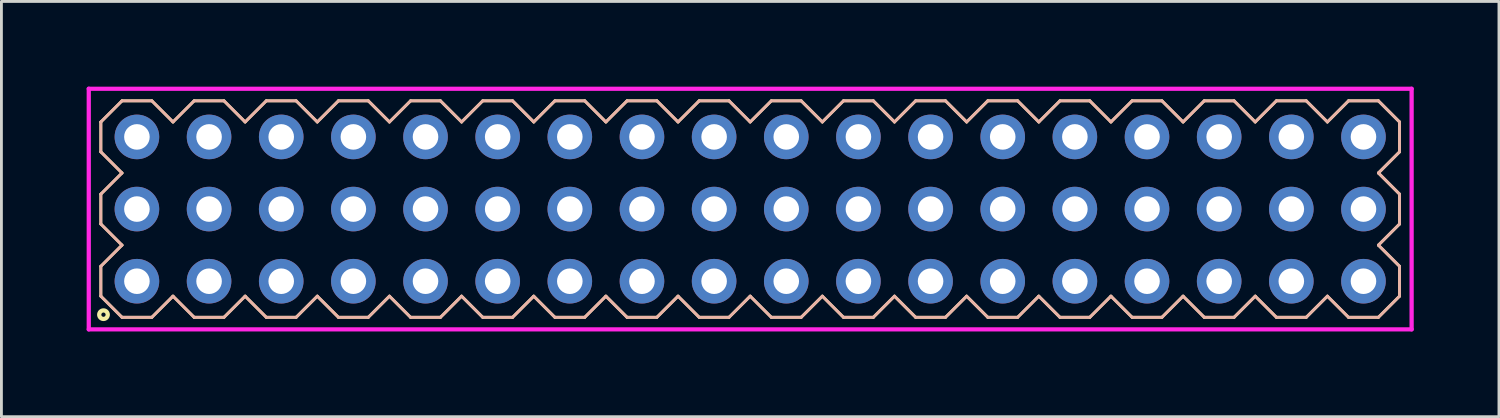
<source format=kicad_pcb>
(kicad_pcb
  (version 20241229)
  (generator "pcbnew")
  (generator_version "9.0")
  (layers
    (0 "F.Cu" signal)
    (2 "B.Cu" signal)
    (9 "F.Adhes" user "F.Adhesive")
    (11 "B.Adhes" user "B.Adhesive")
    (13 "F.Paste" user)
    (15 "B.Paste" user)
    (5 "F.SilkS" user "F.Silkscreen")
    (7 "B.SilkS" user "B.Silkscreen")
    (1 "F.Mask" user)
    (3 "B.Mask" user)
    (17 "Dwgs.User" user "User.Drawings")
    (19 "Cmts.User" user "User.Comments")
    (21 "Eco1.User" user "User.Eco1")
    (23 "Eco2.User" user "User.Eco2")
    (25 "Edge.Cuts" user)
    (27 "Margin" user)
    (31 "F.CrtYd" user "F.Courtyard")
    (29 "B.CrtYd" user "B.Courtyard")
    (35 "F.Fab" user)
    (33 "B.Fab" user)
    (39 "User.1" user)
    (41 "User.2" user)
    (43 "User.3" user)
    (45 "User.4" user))
  (footprint "HDR254P18x3"
    (layer "F.Cu")
    (at 23.36 4.31)
    (property "Reference" "HDR254P18x3" (at 0 0 0) (layer "User.1") (effects (font (size 1 1) (thickness 0.1))))
    (attr through_hole)
    (fp_line (start -22.86 -3.066) (end -22.116 -3.81) (stroke (width 0.1) (type solid)) (layer "F.SilkS"))
    (fp_line (start -22.86 -2.014) (end -22.86 -3.066) (stroke (width 0.1) (type solid)) (layer "F.SilkS"))
    (fp_line (start -22.86 -0.526) (end -22.116 -1.27) (stroke (width 0.1) (type solid)) (layer "F.SilkS"))
    (fp_line (start -22.86 0.526) (end -22.86 -0.526) (stroke (width 0.1) (type solid)) (layer "F.SilkS"))
    (fp_line (start -22.86 2.014) (end -22.116 1.27) (stroke (width 0.1) (type solid)) (layer "F.SilkS"))
    (fp_line (start -22.86 3.066) (end -22.86 2.014) (stroke (width 0.1) (type solid)) (layer "F.SilkS"))
    (fp_line (start -22.116 -3.81) (end -21.064 -3.81) (stroke (width 0.1) (type solid)) (layer "F.SilkS"))
    (fp_line (start -22.116 -1.27) (end -22.86 -2.014) (stroke (width 0.1) (type solid)) (layer "F.SilkS"))
    (fp_line (start -22.116 1.27) (end -22.86 0.526) (stroke (width 0.1) (type solid)) (layer "F.SilkS"))
    (fp_line (start -22.116 3.81) (end -22.86 3.066) (stroke (width 0.1) (type solid)) (layer "F.SilkS"))
    (fp_line (start -21.064 -3.81) (end -20.32 -3.066) (stroke (width 0.1) (type solid)) (layer "F.SilkS"))
    (fp_line (start -21.064 3.81) (end -22.116 3.81) (stroke (width 0.1) (type solid)) (layer "F.SilkS"))
    (fp_line (start -20.32 -3.066) (end -19.576 -3.81) (stroke (width 0.1) (type solid)) (layer "F.SilkS"))
    (fp_line (start -20.32 3.066) (end -21.064 3.81) (stroke (width 0.1) (type solid)) (layer "F.SilkS"))
    (fp_line (start -19.576 -3.81) (end -18.524 -3.81) (stroke (width 0.1) (type solid)) (layer "F.SilkS"))
    (fp_line (start -19.576 3.81) (end -20.32 3.066) (stroke (width 0.1) (type solid)) (layer "F.SilkS"))
    (fp_line (start -18.524 -3.81) (end -17.78 -3.066) (stroke (width 0.1) (type solid)) (layer "F.SilkS"))
    (fp_line (start -18.524 3.81) (end -19.576 3.81) (stroke (width 0.1) (type solid)) (layer "F.SilkS"))
    (fp_line (start -17.78 -3.066) (end -17.036 -3.81) (stroke (width 0.1) (type solid)) (layer "F.SilkS"))
    (fp_line (start -17.78 3.066) (end -18.524 3.81) (stroke (width 0.1) (type solid)) (layer "F.SilkS"))
    (fp_line (start -17.036 -3.81) (end -15.984 -3.81) (stroke (width 0.1) (type solid)) (layer "F.SilkS"))
    (fp_line (start -17.036 3.81) (end -17.78 3.066) (stroke (width 0.1) (type solid)) (layer "F.SilkS"))
    (fp_line (start -15.984 -3.81) (end -15.24 -3.066) (stroke (width 0.1) (type solid)) (layer "F.SilkS"))
    (fp_line (start -15.984 3.81) (end -17.036 3.81) (stroke (width 0.1) (type solid)) (layer "F.SilkS"))
    (fp_line (start -15.24 -3.066) (end -14.496 -3.81) (stroke (width 0.1) (type solid)) (layer "F.SilkS"))
    (fp_line (start -15.24 3.066) (end -15.984 3.81) (stroke (width 0.1) (type solid)) (layer "F.SilkS"))
    (fp_line (start -14.496 -3.81) (end -13.444 -3.81) (stroke (width 0.1) (type solid)) (layer "F.SilkS"))
    (fp_line (start -14.496 3.81) (end -15.24 3.066) (stroke (width 0.1) (type solid)) (layer "F.SilkS"))
    (fp_line (start -13.444 -3.81) (end -12.7 -3.066) (stroke (width 0.1) (type solid)) (layer "F.SilkS"))
    (fp_line (start -13.444 3.81) (end -14.496 3.81) (stroke (width 0.1) (type solid)) (layer "F.SilkS"))
    (fp_line (start -12.7 -3.066) (end -11.956 -3.81) (stroke (width 0.1) (type solid)) (layer "F.SilkS"))
    (fp_line (start -12.7 3.066) (end -13.444 3.81) (stroke (width 0.1) (type solid)) (layer "F.SilkS"))
    (fp_line (start -11.956 -3.81) (end -10.904 -3.81) (stroke (width 0.1) (type solid)) (layer "F.SilkS"))
    (fp_line (start -11.956 3.81) (end -12.7 3.066) (stroke (width 0.1) (type solid)) (layer "F.SilkS"))
    (fp_line (start -10.904 -3.81) (end -10.16 -3.066) (stroke (width 0.1) (type solid)) (layer "F.SilkS"))
    (fp_line (start -10.904 3.81) (end -11.956 3.81) (stroke (width 0.1) (type solid)) (layer "F.SilkS"))
    (fp_line (start -10.16 -3.066) (end -9.416 -3.81) (stroke (width 0.1) (type solid)) (layer "F.SilkS"))
    (fp_line (start -10.16 3.066) (end -10.904 3.81) (stroke (width 0.1) (type solid)) (layer "F.SilkS"))
    (fp_line (start -9.416 -3.81) (end -8.364 -3.81) (stroke (width 0.1) (type solid)) (layer "F.SilkS"))
    (fp_line (start -9.416 3.81) (end -10.16 3.066) (stroke (width 0.1) (type solid)) (layer "F.SilkS"))
    (fp_line (start -8.364 -3.81) (end -7.62 -3.066) (stroke (width 0.1) (type solid)) (layer "F.SilkS"))
    (fp_line (start -8.364 3.81) (end -9.416 3.81) (stroke (width 0.1) (type solid)) (layer "F.SilkS"))
    (fp_line (start -7.62 -3.066) (end -6.876 -3.81) (stroke (width 0.1) (type solid)) (layer "F.SilkS"))
    (fp_line (start -7.62 3.066) (end -8.364 3.81) (stroke (width 0.1) (type solid)) (layer "F.SilkS"))
    (fp_line (start -6.876 -3.81) (end -5.824 -3.81) (stroke (width 0.1) (type solid)) (layer "F.SilkS"))
    (fp_line (start -6.876 3.81) (end -7.62 3.066) (stroke (width 0.1) (type solid)) (layer "F.SilkS"))
    (fp_line (start -5.824 -3.81) (end -5.08 -3.066) (stroke (width 0.1) (type solid)) (layer "F.SilkS"))
    (fp_line (start -5.824 3.81) (end -6.876 3.81) (stroke (width 0.1) (type solid)) (layer "F.SilkS"))
    (fp_line (start -5.08 -3.066) (end -4.336 -3.81) (stroke (width 0.1) (type solid)) (layer "F.SilkS"))
    (fp_line (start -5.08 3.066) (end -5.824 3.81) (stroke (width 0.1) (type solid)) (layer "F.SilkS"))
    (fp_line (start -4.336 -3.81) (end -3.284 -3.81) (stroke (width 0.1) (type solid)) (layer "F.SilkS"))
    (fp_line (start -4.336 3.81) (end -5.08 3.066) (stroke (width 0.1) (type solid)) (layer "F.SilkS"))
    (fp_line (start -3.284 -3.81) (end -2.54 -3.066) (stroke (width 0.1) (type solid)) (layer "F.SilkS"))
    (fp_line (start -3.284 3.81) (end -4.336 3.81) (stroke (width 0.1) (type solid)) (layer "F.SilkS"))
    (fp_line (start -2.54 -3.066) (end -1.796 -3.81) (stroke (width 0.1) (type solid)) (layer "F.SilkS"))
    (fp_line (start -2.54 3.066) (end -3.284 3.81) (stroke (width 0.1) (type solid)) (layer "F.SilkS"))
    (fp_line (start -1.796 -3.81) (end -0.744 -3.81) (stroke (width 0.1) (type solid)) (layer "F.SilkS"))
    (fp_line (start -1.796 3.81) (end -2.54 3.066) (stroke (width 0.1) (type solid)) (layer "F.SilkS"))
    (fp_line (start -0.744 -3.81) (end 0 -3.066) (stroke (width 0.1) (type solid)) (layer "F.SilkS"))
    (fp_line (start -0.744 3.81) (end -1.796 3.81) (stroke (width 0.1) (type solid)) (layer "F.SilkS"))
    (fp_line (start 0 -3.066) (end 0.744 -3.81) (stroke (width 0.1) (type solid)) (layer "F.SilkS"))
    (fp_line (start 0 3.066) (end -0.744 3.81) (stroke (width 0.1) (type solid)) (layer "F.SilkS"))
    (fp_line (start 0.744 -3.81) (end 1.796 -3.81) (stroke (width 0.1) (type solid)) (layer "F.SilkS"))
    (fp_line (start 0.744 3.81) (end 0 3.066) (stroke (width 0.1) (type solid)) (layer "F.SilkS"))
    (fp_line (start 1.796 -3.81) (end 2.54 -3.066) (stroke (width 0.1) (type solid)) (layer "F.SilkS"))
    (fp_line (start 1.796 3.81) (end 0.744 3.81) (stroke (width 0.1) (type solid)) (layer "F.SilkS"))
    (fp_line (start 2.54 -3.066) (end 3.284 -3.81) (stroke (width 0.1) (type solid)) (layer "F.SilkS"))
    (fp_line (start 2.54 3.066) (end 1.796 3.81) (stroke (width 0.1) (type solid)) (layer "F.SilkS"))
    (fp_line (start 3.284 -3.81) (end 4.336 -3.81) (stroke (width 0.1) (type solid)) (layer "F.SilkS"))
    (fp_line (start 3.284 3.81) (end 2.54 3.066) (stroke (width 0.1) (type solid)) (layer "F.SilkS"))
    (fp_line (start 4.336 -3.81) (end 5.08 -3.066) (stroke (width 0.1) (type solid)) (layer "F.SilkS"))
    (fp_line (start 4.336 3.81) (end 3.284 3.81) (stroke (width 0.1) (type solid)) (layer "F.SilkS"))
    (fp_line (start 5.08 -3.066) (end 5.824 -3.81) (stroke (width 0.1) (type solid)) (layer "F.SilkS"))
    (fp_line (start 5.08 3.066) (end 4.336 3.81) (stroke (width 0.1) (type solid)) (layer "F.SilkS"))
    (fp_line (start 5.824 -3.81) (end 6.876 -3.81) (stroke (width 0.1) (type solid)) (layer "F.SilkS"))
    (fp_line (start 5.824 3.81) (end 5.08 3.066) (stroke (width 0.1) (type solid)) (layer "F.SilkS"))
    (fp_line (start 6.876 -3.81) (end 7.62 -3.066) (stroke (width 0.1) (type solid)) (layer "F.SilkS"))
    (fp_line (start 6.876 3.81) (end 5.824 3.81) (stroke (width 0.1) (type solid)) (layer "F.SilkS"))
    (fp_line (start 7.62 -3.066) (end 8.364 -3.81) (stroke (width 0.1) (type solid)) (layer "F.SilkS"))
    (fp_line (start 7.62 3.066) (end 6.876 3.81) (stroke (width 0.1) (type solid)) (layer "F.SilkS"))
    (fp_line (start 8.364 -3.81) (end 9.416 -3.81) (stroke (width 0.1) (type solid)) (layer "F.SilkS"))
    (fp_line (start 8.364 3.81) (end 7.62 3.066) (stroke (width 0.1) (type solid)) (layer "F.SilkS"))
    (fp_line (start 9.416 -3.81) (end 10.16 -3.066) (stroke (width 0.1) (type solid)) (layer "F.SilkS"))
    (fp_line (start 9.416 3.81) (end 8.364 3.81) (stroke (width 0.1) (type solid)) (layer "F.SilkS"))
    (fp_line (start 10.16 -3.066) (end 10.904 -3.81) (stroke (width 0.1) (type solid)) (layer "F.SilkS"))
    (fp_line (start 10.16 3.066) (end 9.416 3.81) (stroke (width 0.1) (type solid)) (layer "F.SilkS"))
    (fp_line (start 10.904 -3.81) (end 11.956 -3.81) (stroke (width 0.1) (type solid)) (layer "F.SilkS"))
    (fp_line (start 10.904 3.81) (end 10.16 3.066) (stroke (width 0.1) (type solid)) (layer "F.SilkS"))
    (fp_line (start 11.956 -3.81) (end 12.7 -3.066) (stroke (width 0.1) (type solid)) (layer "F.SilkS"))
    (fp_line (start 11.956 3.81) (end 10.904 3.81) (stroke (width 0.1) (type solid)) (layer "F.SilkS"))
    (fp_line (start 12.7 -3.066) (end 13.444 -3.81) (stroke (width 0.1) (type solid)) (layer "F.SilkS"))
    (fp_line (start 12.7 3.066) (end 11.956 3.81) (stroke (width 0.1) (type solid)) (layer "F.SilkS"))
    (fp_line (start 13.444 -3.81) (end 14.496 -3.81) (stroke (width 0.1) (type solid)) (layer "F.SilkS"))
    (fp_line (start 13.444 3.81) (end 12.7 3.066) (stroke (width 0.1) (type solid)) (layer "F.SilkS"))
    (fp_line (start 14.496 -3.81) (end 15.24 -3.066) (stroke (width 0.1) (type solid)) (layer "F.SilkS"))
    (fp_line (start 14.496 3.81) (end 13.444 3.81) (stroke (width 0.1) (type solid)) (layer "F.SilkS"))
    (fp_line (start 15.24 -3.066) (end 15.984 -3.81) (stroke (width 0.1) (type solid)) (layer "F.SilkS"))
    (fp_line (start 15.24 3.066) (end 14.496 3.81) (stroke (width 0.1) (type solid)) (layer "F.SilkS"))
    (fp_line (start 15.984 -3.81) (end 17.036 -3.81) (stroke (width 0.1) (type solid)) (layer "F.SilkS"))
    (fp_line (start 15.984 3.81) (end 15.24 3.066) (stroke (width 0.1) (type solid)) (layer "F.SilkS"))
    (fp_line (start 17.036 -3.81) (end 17.78 -3.066) (stroke (width 0.1) (type solid)) (layer "F.SilkS"))
    (fp_line (start 17.036 3.81) (end 15.984 3.81) (stroke (width 0.1) (type solid)) (layer "F.SilkS"))
    (fp_line (start 17.78 -3.066) (end 18.524 -3.81) (stroke (width 0.1) (type solid)) (layer "F.SilkS"))
    (fp_line (start 17.78 3.066) (end 17.036 3.81) (stroke (width 0.1) (type solid)) (layer "F.SilkS"))
    (fp_line (start 18.524 -3.81) (end 19.576 -3.81) (stroke (width 0.1) (type solid)) (layer "F.SilkS"))
    (fp_line (start 18.524 3.81) (end 17.78 3.066) (stroke (width 0.1) (type solid)) (layer "F.SilkS"))
    (fp_line (start 19.576 -3.81) (end 20.32 -3.066) (stroke (width 0.1) (type solid)) (layer "F.SilkS"))
    (fp_line (start 19.576 3.81) (end 18.524 3.81) (stroke (width 0.1) (type solid)) (layer "F.SilkS"))
    (fp_line (start 20.32 -3.066) (end 21.064 -3.81) (stroke (width 0.1) (type solid)) (layer "F.SilkS"))
    (fp_line (start 20.32 3.066) (end 19.576 3.81) (stroke (width 0.1) (type solid)) (layer "F.SilkS"))
    (fp_line (start 21.064 -3.81) (end 22.116 -3.81) (stroke (width 0.1) (type solid)) (layer "F.SilkS"))
    (fp_line (start 21.064 3.81) (end 20.32 3.066) (stroke (width 0.1) (type solid)) (layer "F.SilkS"))
    (fp_line (start 22.116 -3.81) (end 22.86 -3.066) (stroke (width 0.1) (type solid)) (layer "F.SilkS"))
    (fp_line (start 22.116 -1.27) (end 22.86 -0.526) (stroke (width 0.1) (type solid)) (layer "F.SilkS"))
    (fp_line (start 22.116 1.27) (end 22.86 2.014) (stroke (width 0.1) (type solid)) (layer "F.SilkS"))
    (fp_line (start 22.116 3.81) (end 21.064 3.81) (stroke (width 0.1) (type solid)) (layer "F.SilkS"))
    (fp_line (start 22.86 -3.066) (end 22.86 -2.014) (stroke (width 0.1) (type solid)) (layer "F.SilkS"))
    (fp_line (start 22.86 -2.014) (end 22.116 -1.27) (stroke (width 0.1) (type solid)) (layer "F.SilkS"))
    (fp_line (start 22.86 -0.526) (end 22.86 0.526) (stroke (width 0.1) (type solid)) (layer "F.SilkS"))
    (fp_line (start 22.86 0.526) (end 22.116 1.27) (stroke (width 0.1) (type solid)) (layer "F.SilkS"))
    (fp_line (start 22.86 2.014) (end 22.86 3.066) (stroke (width 0.1) (type solid)) (layer "F.SilkS"))
    (fp_line (start 22.86 3.066) (end 22.116 3.81) (stroke (width 0.1) (type solid)) (layer "F.SilkS"))
    (fp_circle (center -22.767 3.718) (end -22.617 3.718) (stroke (width 0.15) (type solid)) (fill no) (layer "F.SilkS"))
    (fp_line (start -22.86 -3.066) (end -22.116 -3.81) (stroke (width 0.1) (type solid)) (layer "B.SilkS"))
    (fp_line (start -22.86 -2.014) (end -22.86 -3.066) (stroke (width 0.1) (type solid)) (layer "B.SilkS"))
    (fp_line (start -22.86 -0.526) (end -22.116 -1.27) (stroke (width 0.1) (type solid)) (layer "B.SilkS"))
    (fp_line (start -22.86 0.526) (end -22.86 -0.526) (stroke (width 0.1) (type solid)) (layer "B.SilkS"))
    (fp_line (start -22.86 2.014) (end -22.116 1.27) (stroke (width 0.1) (type solid)) (layer "B.SilkS"))
    (fp_line (start -22.86 3.066) (end -22.86 2.014) (stroke (width 0.1) (type solid)) (layer "B.SilkS"))
    (fp_line (start -22.116 -3.81) (end -21.064 -3.81) (stroke (width 0.1) (type solid)) (layer "B.SilkS"))
    (fp_line (start -22.116 -1.27) (end -22.86 -2.014) (stroke (width 0.1) (type solid)) (layer "B.SilkS"))
    (fp_line (start -22.116 1.27) (end -22.86 0.526) (stroke (width 0.1) (type solid)) (layer "B.SilkS"))
    (fp_line (start -22.116 3.81) (end -22.86 3.066) (stroke (width 0.1) (type solid)) (layer "B.SilkS"))
    (fp_line (start -21.064 -3.81) (end -20.32 -3.066) (stroke (width 0.1) (type solid)) (layer "B.SilkS"))
    (fp_line (start -21.064 3.81) (end -22.116 3.81) (stroke (width 0.1) (type solid)) (layer "B.SilkS"))
    (fp_line (start -20.32 -3.066) (end -19.576 -3.81) (stroke (width 0.1) (type solid)) (layer "B.SilkS"))
    (fp_line (start -20.32 3.066) (end -21.064 3.81) (stroke (width 0.1) (type solid)) (layer "B.SilkS"))
    (fp_line (start -19.576 -3.81) (end -18.524 -3.81) (stroke (width 0.1) (type solid)) (layer "B.SilkS"))
    (fp_line (start -19.576 3.81) (end -20.32 3.066) (stroke (width 0.1) (type solid)) (layer "B.SilkS"))
    (fp_line (start -18.524 -3.81) (end -17.78 -3.066) (stroke (width 0.1) (type solid)) (layer "B.SilkS"))
    (fp_line (start -18.524 3.81) (end -19.576 3.81) (stroke (width 0.1) (type solid)) (layer "B.SilkS"))
    (fp_line (start -17.78 -3.066) (end -17.036 -3.81) (stroke (width 0.1) (type solid)) (layer "B.SilkS"))
    (fp_line (start -17.78 3.066) (end -18.524 3.81) (stroke (width 0.1) (type solid)) (layer "B.SilkS"))
    (fp_line (start -17.036 -3.81) (end -15.984 -3.81) (stroke (width 0.1) (type solid)) (layer "B.SilkS"))
    (fp_line (start -17.036 3.81) (end -17.78 3.066) (stroke (width 0.1) (type solid)) (layer "B.SilkS"))
    (fp_line (start -15.984 -3.81) (end -15.24 -3.066) (stroke (width 0.1) (type solid)) (layer "B.SilkS"))
    (fp_line (start -15.984 3.81) (end -17.036 3.81) (stroke (width 0.1) (type solid)) (layer "B.SilkS"))
    (fp_line (start -15.24 -3.066) (end -14.496 -3.81) (stroke (width 0.1) (type solid)) (layer "B.SilkS"))
    (fp_line (start -15.24 3.066) (end -15.984 3.81) (stroke (width 0.1) (type solid)) (layer "B.SilkS"))
    (fp_line (start -14.496 -3.81) (end -13.444 -3.81) (stroke (width 0.1) (type solid)) (layer "B.SilkS"))
    (fp_line (start -14.496 3.81) (end -15.24 3.066) (stroke (width 0.1) (type solid)) (layer "B.SilkS"))
    (fp_line (start -13.444 -3.81) (end -12.7 -3.066) (stroke (width 0.1) (type solid)) (layer "B.SilkS"))
    (fp_line (start -13.444 3.81) (end -14.496 3.81) (stroke (width 0.1) (type solid)) (layer "B.SilkS"))
    (fp_line (start -12.7 -3.066) (end -11.956 -3.81) (stroke (width 0.1) (type solid)) (layer "B.SilkS"))
    (fp_line (start -12.7 3.066) (end -13.444 3.81) (stroke (width 0.1) (type solid)) (layer "B.SilkS"))
    (fp_line (start -11.956 -3.81) (end -10.904 -3.81) (stroke (width 0.1) (type solid)) (layer "B.SilkS"))
    (fp_line (start -11.956 3.81) (end -12.7 3.066) (stroke (width 0.1) (type solid)) (layer "B.SilkS"))
    (fp_line (start -10.904 -3.81) (end -10.16 -3.066) (stroke (width 0.1) (type solid)) (layer "B.SilkS"))
    (fp_line (start -10.904 3.81) (end -11.956 3.81) (stroke (width 0.1) (type solid)) (layer "B.SilkS"))
    (fp_line (start -10.16 -3.066) (end -9.416 -3.81) (stroke (width 0.1) (type solid)) (layer "B.SilkS"))
    (fp_line (start -10.16 3.066) (end -10.904 3.81) (stroke (width 0.1) (type solid)) (layer "B.SilkS"))
    (fp_line (start -9.416 -3.81) (end -8.364 -3.81) (stroke (width 0.1) (type solid)) (layer "B.SilkS"))
    (fp_line (start -9.416 3.81) (end -10.16 3.066) (stroke (width 0.1) (type solid)) (layer "B.SilkS"))
    (fp_line (start -8.364 -3.81) (end -7.62 -3.066) (stroke (width 0.1) (type solid)) (layer "B.SilkS"))
    (fp_line (start -8.364 3.81) (end -9.416 3.81) (stroke (width 0.1) (type solid)) (layer "B.SilkS"))
    (fp_line (start -7.62 -3.066) (end -6.876 -3.81) (stroke (width 0.1) (type solid)) (layer "B.SilkS"))
    (fp_line (start -7.62 3.066) (end -8.364 3.81) (stroke (width 0.1) (type solid)) (layer "B.SilkS"))
    (fp_line (start -6.876 -3.81) (end -5.824 -3.81) (stroke (width 0.1) (type solid)) (layer "B.SilkS"))
    (fp_line (start -6.876 3.81) (end -7.62 3.066) (stroke (width 0.1) (type solid)) (layer "B.SilkS"))
    (fp_line (start -5.824 -3.81) (end -5.08 -3.066) (stroke (width 0.1) (type solid)) (layer "B.SilkS"))
    (fp_line (start -5.824 3.81) (end -6.876 3.81) (stroke (width 0.1) (type solid)) (layer "B.SilkS"))
    (fp_line (start -5.08 -3.066) (end -4.336 -3.81) (stroke (width 0.1) (type solid)) (layer "B.SilkS"))
    (fp_line (start -5.08 3.066) (end -5.824 3.81) (stroke (width 0.1) (type solid)) (layer "B.SilkS"))
    (fp_line (start -4.336 -3.81) (end -3.284 -3.81) (stroke (width 0.1) (type solid)) (layer "B.SilkS"))
    (fp_line (start -4.336 3.81) (end -5.08 3.066) (stroke (width 0.1) (type solid)) (layer "B.SilkS"))
    (fp_line (start -3.284 -3.81) (end -2.54 -3.066) (stroke (width 0.1) (type solid)) (layer "B.SilkS"))
    (fp_line (start -3.284 3.81) (end -4.336 3.81) (stroke (width 0.1) (type solid)) (layer "B.SilkS"))
    (fp_line (start -2.54 -3.066) (end -1.796 -3.81) (stroke (width 0.1) (type solid)) (layer "B.SilkS"))
    (fp_line (start -2.54 3.066) (end -3.284 3.81) (stroke (width 0.1) (type solid)) (layer "B.SilkS"))
    (fp_line (start -1.796 -3.81) (end -0.744 -3.81) (stroke (width 0.1) (type solid)) (layer "B.SilkS"))
    (fp_line (start -1.796 3.81) (end -2.54 3.066) (stroke (width 0.1) (type solid)) (layer "B.SilkS"))
    (fp_line (start -0.744 -3.81) (end 0 -3.066) (stroke (width 0.1) (type solid)) (layer "B.SilkS"))
    (fp_line (start -0.744 3.81) (end -1.796 3.81) (stroke (width 0.1) (type solid)) (layer "B.SilkS"))
    (fp_line (start 0 -3.066) (end 0.744 -3.81) (stroke (width 0.1) (type solid)) (layer "B.SilkS"))
    (fp_line (start 0 3.066) (end -0.744 3.81) (stroke (width 0.1) (type solid)) (layer "B.SilkS"))
    (fp_line (start 0.744 -3.81) (end 1.796 -3.81) (stroke (width 0.1) (type solid)) (layer "B.SilkS"))
    (fp_line (start 0.744 3.81) (end 0 3.066) (stroke (width 0.1) (type solid)) (layer "B.SilkS"))
    (fp_line (start 1.796 -3.81) (end 2.54 -3.066) (stroke (width 0.1) (type solid)) (layer "B.SilkS"))
    (fp_line (start 1.796 3.81) (end 0.744 3.81) (stroke (width 0.1) (type solid)) (layer "B.SilkS"))
    (fp_line (start 2.54 -3.066) (end 3.284 -3.81) (stroke (width 0.1) (type solid)) (layer "B.SilkS"))
    (fp_line (start 2.54 3.066) (end 1.796 3.81) (stroke (width 0.1) (type solid)) (layer "B.SilkS"))
    (fp_line (start 3.284 -3.81) (end 4.336 -3.81) (stroke (width 0.1) (type solid)) (layer "B.SilkS"))
    (fp_line (start 3.284 3.81) (end 2.54 3.066) (stroke (width 0.1) (type solid)) (layer "B.SilkS"))
    (fp_line (start 4.336 -3.81) (end 5.08 -3.066) (stroke (width 0.1) (type solid)) (layer "B.SilkS"))
    (fp_line (start 4.336 3.81) (end 3.284 3.81) (stroke (width 0.1) (type solid)) (layer "B.SilkS"))
    (fp_line (start 5.08 -3.066) (end 5.824 -3.81) (stroke (width 0.1) (type solid)) (layer "B.SilkS"))
    (fp_line (start 5.08 3.066) (end 4.336 3.81) (stroke (width 0.1) (type solid)) (layer "B.SilkS"))
    (fp_line (start 5.824 -3.81) (end 6.876 -3.81) (stroke (width 0.1) (type solid)) (layer "B.SilkS"))
    (fp_line (start 5.824 3.81) (end 5.08 3.066) (stroke (width 0.1) (type solid)) (layer "B.SilkS"))
    (fp_line (start 6.876 -3.81) (end 7.62 -3.066) (stroke (width 0.1) (type solid)) (layer "B.SilkS"))
    (fp_line (start 6.876 3.81) (end 5.824 3.81) (stroke (width 0.1) (type solid)) (layer "B.SilkS"))
    (fp_line (start 7.62 -3.066) (end 8.364 -3.81) (stroke (width 0.1) (type solid)) (layer "B.SilkS"))
    (fp_line (start 7.62 3.066) (end 6.876 3.81) (stroke (width 0.1) (type solid)) (layer "B.SilkS"))
    (fp_line (start 8.364 -3.81) (end 9.416 -3.81) (stroke (width 0.1) (type solid)) (layer "B.SilkS"))
    (fp_line (start 8.364 3.81) (end 7.62 3.066) (stroke (width 0.1) (type solid)) (layer "B.SilkS"))
    (fp_line (start 9.416 -3.81) (end 10.16 -3.066) (stroke (width 0.1) (type solid)) (layer "B.SilkS"))
    (fp_line (start 9.416 3.81) (end 8.364 3.81) (stroke (width 0.1) (type solid)) (layer "B.SilkS"))
    (fp_line (start 10.16 -3.066) (end 10.904 -3.81) (stroke (width 0.1) (type solid)) (layer "B.SilkS"))
    (fp_line (start 10.16 3.066) (end 9.416 3.81) (stroke (width 0.1) (type solid)) (layer "B.SilkS"))
    (fp_line (start 10.904 -3.81) (end 11.956 -3.81) (stroke (width 0.1) (type solid)) (layer "B.SilkS"))
    (fp_line (start 10.904 3.81) (end 10.16 3.066) (stroke (width 0.1) (type solid)) (layer "B.SilkS"))
    (fp_line (start 11.956 -3.81) (end 12.7 -3.066) (stroke (width 0.1) (type solid)) (layer "B.SilkS"))
    (fp_line (start 11.956 3.81) (end 10.904 3.81) (stroke (width 0.1) (type solid)) (layer "B.SilkS"))
    (fp_line (start 12.7 -3.066) (end 13.444 -3.81) (stroke (width 0.1) (type solid)) (layer "B.SilkS"))
    (fp_line (start 12.7 3.066) (end 11.956 3.81) (stroke (width 0.1) (type solid)) (layer "B.SilkS"))
    (fp_line (start 13.444 -3.81) (end 14.496 -3.81) (stroke (width 0.1) (type solid)) (layer "B.SilkS"))
    (fp_line (start 13.444 3.81) (end 12.7 3.066) (stroke (width 0.1) (type solid)) (layer "B.SilkS"))
    (fp_line (start 14.496 -3.81) (end 15.24 -3.066) (stroke (width 0.1) (type solid)) (layer "B.SilkS"))
    (fp_line (start 14.496 3.81) (end 13.444 3.81) (stroke (width 0.1) (type solid)) (layer "B.SilkS"))
    (fp_line (start 15.24 -3.066) (end 15.984 -3.81) (stroke (width 0.1) (type solid)) (layer "B.SilkS"))
    (fp_line (start 15.24 3.066) (end 14.496 3.81) (stroke (width 0.1) (type solid)) (layer "B.SilkS"))
    (fp_line (start 15.984 -3.81) (end 17.036 -3.81) (stroke (width 0.1) (type solid)) (layer "B.SilkS"))
    (fp_line (start 15.984 3.81) (end 15.24 3.066) (stroke (width 0.1) (type solid)) (layer "B.SilkS"))
    (fp_line (start 17.036 -3.81) (end 17.78 -3.066) (stroke (width 0.1) (type solid)) (layer "B.SilkS"))
    (fp_line (start 17.036 3.81) (end 15.984 3.81) (stroke (width 0.1) (type solid)) (layer "B.SilkS"))
    (fp_line (start 17.78 -3.066) (end 18.524 -3.81) (stroke (width 0.1) (type solid)) (layer "B.SilkS"))
    (fp_line (start 17.78 3.066) (end 17.036 3.81) (stroke (width 0.1) (type solid)) (layer "B.SilkS"))
    (fp_line (start 18.524 -3.81) (end 19.576 -3.81) (stroke (width 0.1) (type solid)) (layer "B.SilkS"))
    (fp_line (start 18.524 3.81) (end 17.78 3.066) (stroke (width 0.1) (type solid)) (layer "B.SilkS"))
    (fp_line (start 19.576 -3.81) (end 20.32 -3.066) (stroke (width 0.1) (type solid)) (layer "B.SilkS"))
    (fp_line (start 19.576 3.81) (end 18.524 3.81) (stroke (width 0.1) (type solid)) (layer "B.SilkS"))
    (fp_line (start 20.32 -3.066) (end 21.064 -3.81) (stroke (width 0.1) (type solid)) (layer "B.SilkS"))
    (fp_line (start 20.32 3.066) (end 19.576 3.81) (stroke (width 0.1) (type solid)) (layer "B.SilkS"))
    (fp_line (start 21.064 -3.81) (end 22.116 -3.81) (stroke (width 0.1) (type solid)) (layer "B.SilkS"))
    (fp_line (start 21.064 3.81) (end 20.32 3.066) (stroke (width 0.1) (type solid)) (layer "B.SilkS"))
    (fp_line (start 22.116 -3.81) (end 22.86 -3.066) (stroke (width 0.1) (type solid)) (layer "B.SilkS"))
    (fp_line (start 22.116 -1.27) (end 22.86 -0.526) (stroke (width 0.1) (type solid)) (layer "B.SilkS"))
    (fp_line (start 22.116 1.27) (end 22.86 2.014) (stroke (width 0.1) (type solid)) (layer "B.SilkS"))
    (fp_line (start 22.116 3.81) (end 21.064 3.81) (stroke (width 0.1) (type solid)) (layer "B.SilkS"))
    (fp_line (start 22.86 -3.066) (end 22.86 -2.014) (stroke (width 0.1) (type solid)) (layer "B.SilkS"))
    (fp_line (start 22.86 -2.014) (end 22.116 -1.27) (stroke (width 0.1) (type solid)) (layer "B.SilkS"))
    (fp_line (start 22.86 -0.526) (end 22.86 0.526) (stroke (width 0.1) (type solid)) (layer "B.SilkS"))
    (fp_line (start 22.86 0.526) (end 22.116 1.27) (stroke (width 0.1) (type solid)) (layer "B.SilkS"))
    (fp_line (start 22.86 2.014) (end 22.86 3.066) (stroke (width 0.1) (type solid)) (layer "B.SilkS"))
    (fp_line (start 22.86 3.066) (end 22.116 3.81) (stroke (width 0.1) (type solid)) (layer "B.SilkS"))
    (fp_line (start -23.285 -4.235) (end -23.285 4.235) (stroke (width 0.15) (type solid)) (layer "F.CrtYd"))
    (fp_line (start -23.285 4.235) (end 23.285 4.235) (stroke (width 0.15) (type solid)) (layer "F.CrtYd"))
    (fp_line (start 23.285 -4.235) (end -23.285 -4.235) (stroke (width 0.15) (type solid)) (layer "F.CrtYd"))
    (fp_line (start 23.285 4.235) (end 23.285 -4.235) (stroke (width 0.15) (type solid)) (layer "F.CrtYd"))
    (pad "1" thru_hole oval (at -21.59 2.54) (size 1.57 1.57) (drill 0.9) (layers "*.Cu" "*.Mask"))
    (pad "2" thru_hole oval (at -21.59 0) (size 1.57 1.57) (drill 0.9) (layers "*.Cu" "*.Mask"))
    (pad "3" thru_hole oval (at -21.59 -2.54) (size 1.57 1.57) (drill 0.9) (layers "*.Cu" "*.Mask"))
    (pad "4" thru_hole oval (at -19.05 2.54) (size 1.57 1.57) (drill 0.9) (layers "*.Cu" "*.Mask"))
    (pad "5" thru_hole oval (at -19.05 0) (size 1.57 1.57) (drill 0.9) (layers "*.Cu" "*.Mask"))
    (pad "6" thru_hole oval (at -19.05 -2.54) (size 1.57 1.57) (drill 0.9) (layers "*.Cu" "*.Mask"))
    (pad "7" thru_hole oval (at -16.51 2.54) (size 1.57 1.57) (drill 0.9) (layers "*.Cu" "*.Mask"))
    (pad "8" thru_hole oval (at -16.51 0) (size 1.57 1.57) (drill 0.9) (layers "*.Cu" "*.Mask"))
    (pad "9" thru_hole oval (at -16.51 -2.54) (size 1.57 1.57) (drill 0.9) (layers "*.Cu" "*.Mask"))
    (pad "10" thru_hole oval (at -13.97 2.54) (size 1.57 1.57) (drill 0.9) (layers "*.Cu" "*.Mask"))
    (pad "11" thru_hole oval (at -13.97 0) (size 1.57 1.57) (drill 0.9) (layers "*.Cu" "*.Mask"))
    (pad "12" thru_hole oval (at -13.97 -2.54) (size 1.57 1.57) (drill 0.9) (layers "*.Cu" "*.Mask"))
    (pad "13" thru_hole oval (at -11.43 2.54) (size 1.57 1.57) (drill 0.9) (layers "*.Cu" "*.Mask"))
    (pad "14" thru_hole oval (at -11.43 0) (size 1.57 1.57) (drill 0.9) (layers "*.Cu" "*.Mask"))
    (pad "15" thru_hole oval (at -11.43 -2.54) (size 1.57 1.57) (drill 0.9) (layers "*.Cu" "*.Mask"))
    (pad "16" thru_hole oval (at -8.89 2.54) (size 1.57 1.57) (drill 0.9) (layers "*.Cu" "*.Mask"))
    (pad "17" thru_hole oval (at -8.89 0) (size 1.57 1.57) (drill 0.9) (layers "*.Cu" "*.Mask"))
    (pad "18" thru_hole oval (at -8.89 -2.54) (size 1.57 1.57) (drill 0.9) (layers "*.Cu" "*.Mask"))
    (pad "19" thru_hole oval (at -6.35 2.54) (size 1.57 1.57) (drill 0.9) (layers "*.Cu" "*.Mask"))
    (pad "20" thru_hole oval (at -6.35 0) (size 1.57 1.57) (drill 0.9) (layers "*.Cu" "*.Mask"))
    (pad "21" thru_hole oval (at -6.35 -2.54) (size 1.57 1.57) (drill 0.9) (layers "*.Cu" "*.Mask"))
    (pad "22" thru_hole oval (at -3.81 2.54) (size 1.57 1.57) (drill 0.9) (layers "*.Cu" "*.Mask"))
    (pad "23" thru_hole oval (at -3.81 0) (size 1.57 1.57) (drill 0.9) (layers "*.Cu" "*.Mask"))
    (pad "24" thru_hole oval (at -3.81 -2.54) (size 1.57 1.57) (drill 0.9) (layers "*.Cu" "*.Mask"))
    (pad "25" thru_hole oval (at -1.27 2.54) (size 1.57 1.57) (drill 0.9) (layers "*.Cu" "*.Mask"))
    (pad "26" thru_hole oval (at -1.27 0) (size 1.57 1.57) (drill 0.9) (layers "*.Cu" "*.Mask"))
    (pad "27" thru_hole oval (at -1.27 -2.54) (size 1.57 1.57) (drill 0.9) (layers "*.Cu" "*.Mask"))
    (pad "28" thru_hole oval (at 1.27 2.54) (size 1.57 1.57) (drill 0.9) (layers "*.Cu" "*.Mask"))
    (pad "29" thru_hole oval (at 1.27 0) (size 1.57 1.57) (drill 0.9) (layers "*.Cu" "*.Mask"))
    (pad "30" thru_hole oval (at 1.27 -2.54) (size 1.57 1.57) (drill 0.9) (layers "*.Cu" "*.Mask"))
    (pad "31" thru_hole oval (at 3.81 2.54) (size 1.57 1.57) (drill 0.9) (layers "*.Cu" "*.Mask"))
    (pad "32" thru_hole oval (at 3.81 0) (size 1.57 1.57) (drill 0.9) (layers "*.Cu" "*.Mask"))
    (pad "33" thru_hole oval (at 3.81 -2.54) (size 1.57 1.57) (drill 0.9) (layers "*.Cu" "*.Mask"))
    (pad "34" thru_hole oval (at 6.35 2.54) (size 1.57 1.57) (drill 0.9) (layers "*.Cu" "*.Mask"))
    (pad "35" thru_hole oval (at 6.35 0) (size 1.57 1.57) (drill 0.9) (layers "*.Cu" "*.Mask"))
    (pad "36" thru_hole oval (at 6.35 -2.54) (size 1.57 1.57) (drill 0.9) (layers "*.Cu" "*.Mask"))
    (pad "37" thru_hole oval (at 8.89 2.54) (size 1.57 1.57) (drill 0.9) (layers "*.Cu" "*.Mask"))
    (pad "38" thru_hole oval (at 8.89 0) (size 1.57 1.57) (drill 0.9) (layers "*.Cu" "*.Mask"))
    (pad "39" thru_hole oval (at 8.89 -2.54) (size 1.57 1.57) (drill 0.9) (layers "*.Cu" "*.Mask"))
    (pad "40" thru_hole oval (at 11.43 2.54) (size 1.57 1.57) (drill 0.9) (layers "*.Cu" "*.Mask"))
    (pad "41" thru_hole oval (at 11.43 0) (size 1.57 1.57) (drill 0.9) (layers "*.Cu" "*.Mask"))
    (pad "42" thru_hole oval (at 11.43 -2.54) (size 1.57 1.57) (drill 0.9) (layers "*.Cu" "*.Mask"))
    (pad "43" thru_hole oval (at 13.97 2.54) (size 1.57 1.57) (drill 0.9) (layers "*.Cu" "*.Mask"))
    (pad "44" thru_hole oval (at 13.97 0) (size 1.57 1.57) (drill 0.9) (layers "*.Cu" "*.Mask"))
    (pad "45" thru_hole oval (at 13.97 -2.54) (size 1.57 1.57) (drill 0.9) (layers "*.Cu" "*.Mask"))
    (pad "46" thru_hole oval (at 16.51 2.54) (size 1.57 1.57) (drill 0.9) (layers "*.Cu" "*.Mask"))
    (pad "47" thru_hole oval (at 16.51 0) (size 1.57 1.57) (drill 0.9) (layers "*.Cu" "*.Mask"))
    (pad "48" thru_hole oval (at 16.51 -2.54) (size 1.57 1.57) (drill 0.9) (layers "*.Cu" "*.Mask"))
    (pad "49" thru_hole oval (at 19.05 2.54) (size 1.57 1.57) (drill 0.9) (layers "*.Cu" "*.Mask"))
    (pad "50" thru_hole oval (at 19.05 0) (size 1.57 1.57) (drill 0.9) (layers "*.Cu" "*.Mask"))
    (pad "51" thru_hole oval (at 19.05 -2.54) (size 1.57 1.57) (drill 0.9) (layers "*.Cu" "*.Mask"))
    (pad "52" thru_hole oval (at 21.59 2.54) (size 1.57 1.57) (drill 0.9) (layers "*.Cu" "*.Mask"))
    (pad "53" thru_hole oval (at 21.59 0) (size 1.57 1.57) (drill 0.9) (layers "*.Cu" "*.Mask"))
    (pad "54" thru_hole oval (at 21.59 -2.54) (size 1.57 1.57) (drill 0.9) (layers "*.Cu" "*.Mask")))
  (gr_rect
    (start -3 -3)
    (end 49.72 11.62)
    (stroke (width 0.1) (type default))
    (fill no)
    (layer "Edge.Cuts")))
</source>
